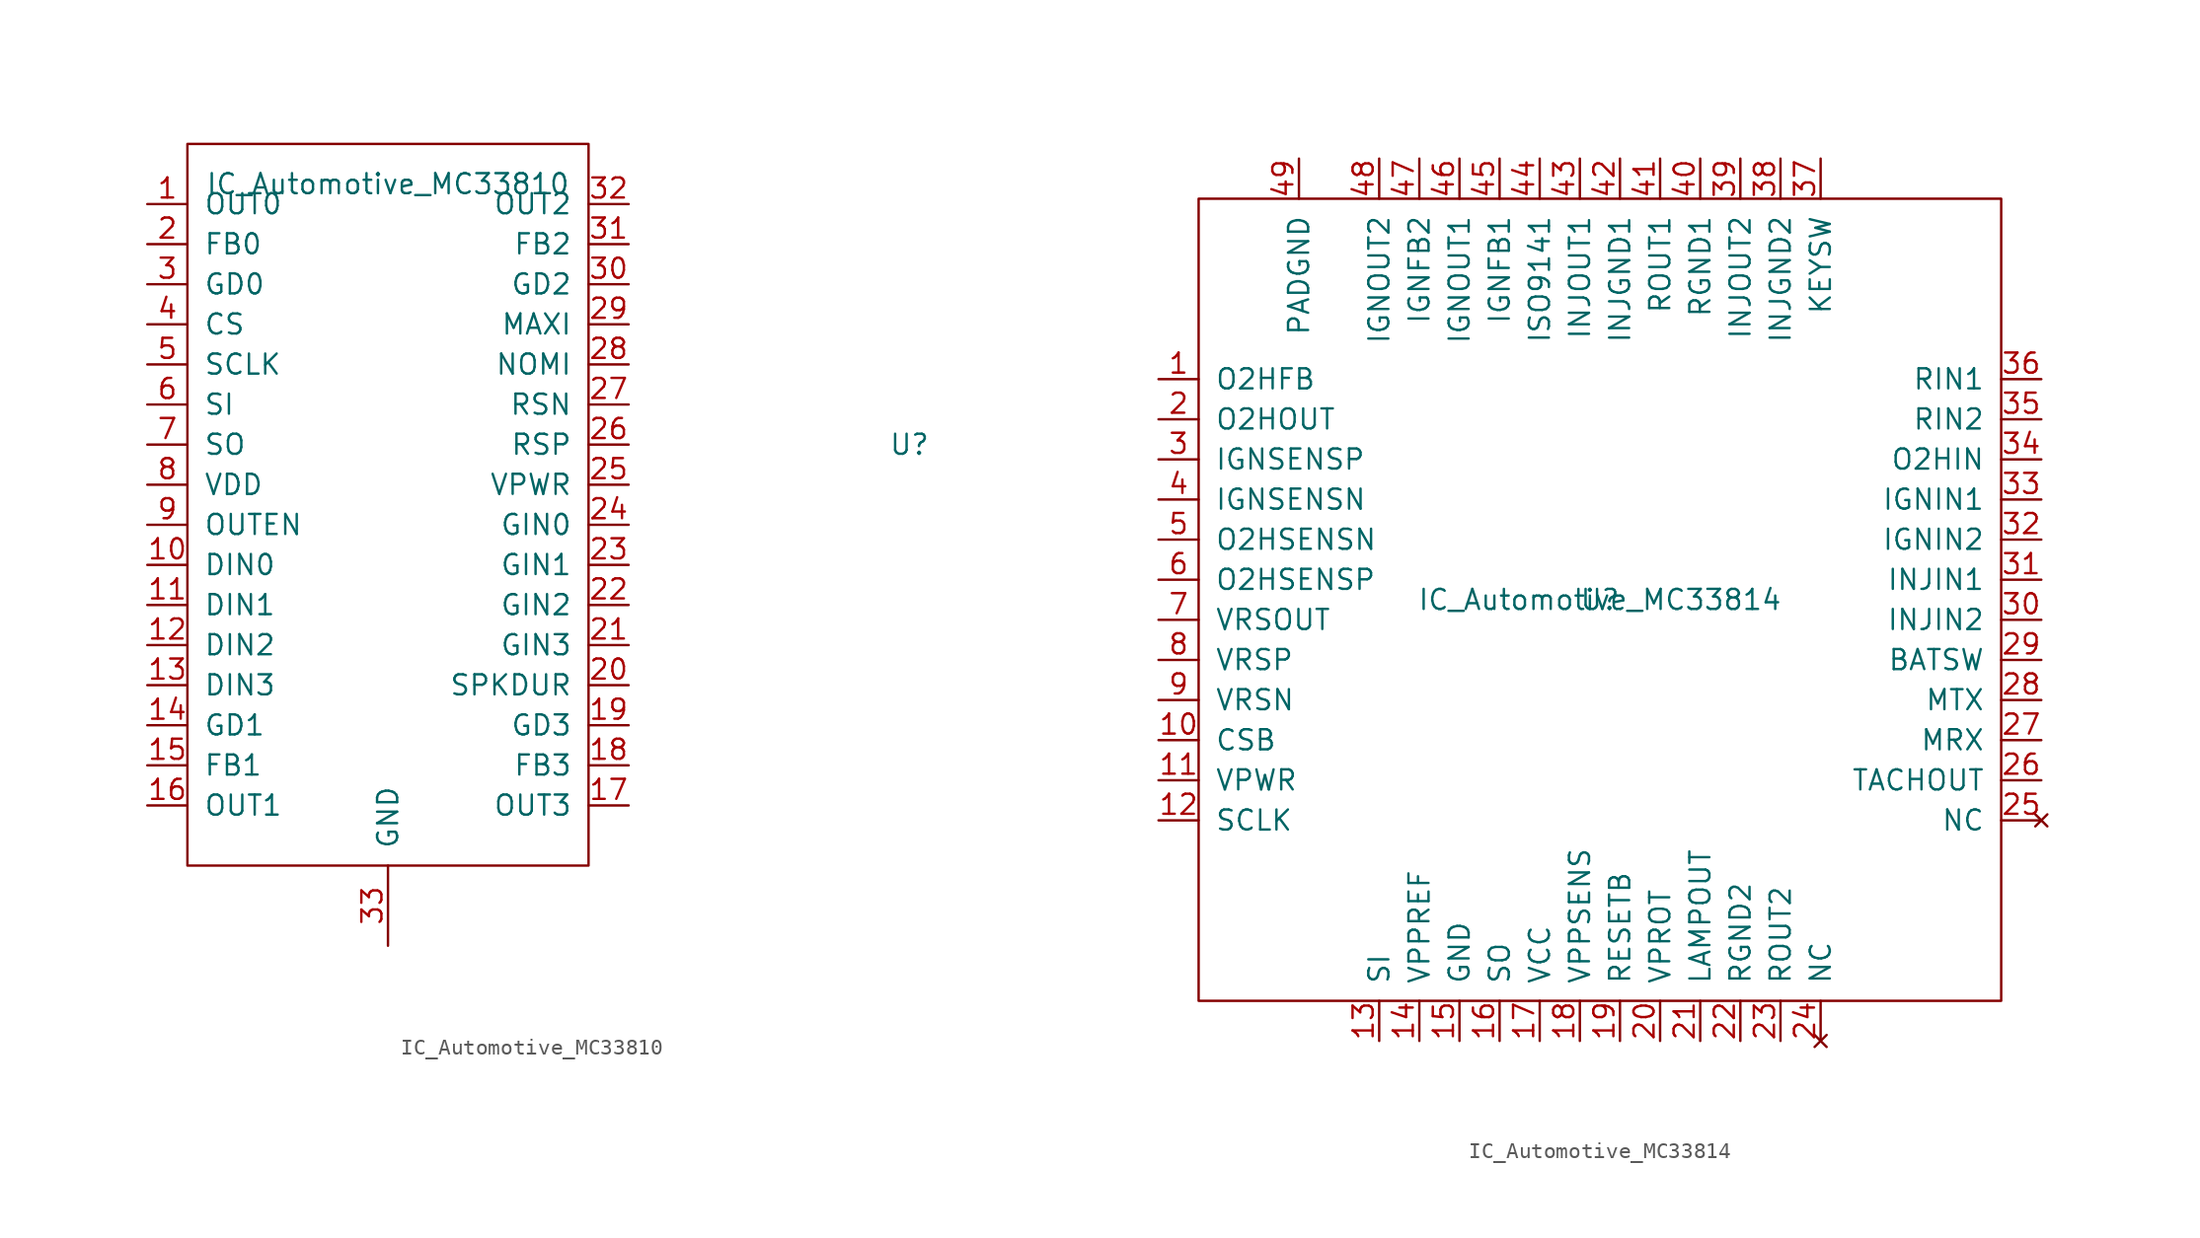
<source format=kicad_sym>
(kicad_symbol_lib
  (version 20241209)
  (generator "kicad_symbol_editor")
  (generator_version "9.0")
  (symbol "IC_Automotive_MC33810"
    (pin_names
      (offset 1.016))
    (property "Reference" "U"
      (at 20.32 17.78 0)
      (effects (font (size 1.27 1.27))))
    (property "Value" "IC_Automotive_MC33810"
      (at -12.7 34.29 0)
      (effects (font (size 1.27 1.27))))
    (symbol "IC_Automotive_MC33810_0_0"
      (pin power_in line (at -12.7 -13.97 90) (length 5.08) (name "GND" (effects (font (size 1.27 1.27)))) (number "33" (effects (font (size 1.27 1.27))))))
    (symbol "IC_Automotive_MC33810_0_1"
      (rectangle (start -25.4 36.83) (end 0 -8.89) (stroke (width 0) (type solid)) (fill (type none))))
    (symbol "IC_Automotive_MC33810_1_1"
      (pin output line (at -27.94 33.02 0) (length 2.54) (name "OUT0" (effects (font (size 1.27 1.27)))) (number "1" (effects (font (size 1.27 1.27)))))
      (pin input line (at -27.94 30.48 0) (length 2.54) (name "FB0" (effects (font (size 1.27 1.27)))) (number "2" (effects (font (size 1.27 1.27)))))
      (pin output line (at -27.94 27.94 0) (length 2.54) (name "GD0" (effects (font (size 1.27 1.27)))) (number "3" (effects (font (size 1.27 1.27)))))
      (pin input line (at -27.94 25.4 0) (length 2.54) (name "CS" (effects (font (size 1.27 1.27)))) (number "4" (effects (font (size 1.27 1.27)))))
      (pin input line (at -27.94 22.86 0) (length 2.54) (name "SCLK" (effects (font (size 1.27 1.27)))) (number "5" (effects (font (size 1.27 1.27)))))
      (pin input line (at -27.94 20.32 0) (length 2.54) (name "SI" (effects (font (size 1.27 1.27)))) (number "6" (effects (font (size 1.27 1.27)))))
      (pin output line (at -27.94 17.78 0) (length 2.54) (name "SO" (effects (font (size 1.27 1.27)))) (number "7" (effects (font (size 1.27 1.27)))))
      (pin input line (at -27.94 15.24 0) (length 2.54) (name "VDD" (effects (font (size 1.27 1.27)))) (number "8" (effects (font (size 1.27 1.27)))))
      (pin input line (at -27.94 12.7 0) (length 2.54) (name "OUTEN" (effects (font (size 1.27 1.27)))) (number "9" (effects (font (size 1.27 1.27)))))
      (pin input line (at -27.94 10.16 0) (length 2.54) (name "DIN0" (effects (font (size 1.27 1.27)))) (number "10" (effects (font (size 1.27 1.27)))))
      (pin input line (at -27.94 7.62 0) (length 2.54) (name "DIN1" (effects (font (size 1.27 1.27)))) (number "11" (effects (font (size 1.27 1.27)))))
      (pin input line (at -27.94 5.08 0) (length 2.54) (name "DIN2" (effects (font (size 1.27 1.27)))) (number "12" (effects (font (size 1.27 1.27)))))
      (pin input line (at -27.94 2.54 0) (length 2.54) (name "DIN3" (effects (font (size 1.27 1.27)))) (number "13" (effects (font (size 1.27 1.27)))))
      (pin output line (at -27.94 0 0) (length 2.54) (name "GD1" (effects (font (size 1.27 1.27)))) (number "14" (effects (font (size 1.27 1.27)))))
      (pin input line (at -27.94 -2.54 0) (length 2.54) (name "FB1" (effects (font (size 1.27 1.27)))) (number "15" (effects (font (size 1.27 1.27)))))
      (pin output line (at -27.94 -5.08 0) (length 2.54) (name "OUT1" (effects (font (size 1.27 1.27)))) (number "16" (effects (font (size 1.27 1.27)))))
      (pin output line (at 2.54 33.02 180) (length 2.54) (name "OUT2" (effects (font (size 1.27 1.27)))) (number "32" (effects (font (size 1.27 1.27)))))
      (pin input line (at 2.54 30.48 180) (length 2.54) (name "FB2" (effects (font (size 1.27 1.27)))) (number "31" (effects (font (size 1.27 1.27)))))
      (pin output line (at 2.54 27.94 180) (length 2.54) (name "GD2" (effects (font (size 1.27 1.27)))) (number "30" (effects (font (size 1.27 1.27)))))
      (pin output line (at 2.54 25.4 180) (length 2.54) (name "MAXI" (effects (font (size 1.27 1.27)))) (number "29" (effects (font (size 1.27 1.27)))))
      (pin output line (at 2.54 22.86 180) (length 2.54) (name "NOMI" (effects (font (size 1.27 1.27)))) (number "28" (effects (font (size 1.27 1.27)))))
      (pin input line (at 2.54 20.32 180) (length 2.54) (name "RSN" (effects (font (size 1.27 1.27)))) (number "27" (effects (font (size 1.27 1.27)))))
      (pin input line (at 2.54 17.78 180) (length 2.54) (name "RSP" (effects (font (size 1.27 1.27)))) (number "26" (effects (font (size 1.27 1.27)))))
      (pin power_in line (at 2.54 15.24 180) (length 2.54) (name "VPWR" (effects (font (size 1.27 1.27)))) (number "25" (effects (font (size 1.27 1.27)))))
      (pin input line (at 2.54 12.7 180) (length 2.54) (name "GIN0" (effects (font (size 1.27 1.27)))) (number "24" (effects (font (size 1.27 1.27)))))
      (pin input line (at 2.54 10.16 180) (length 2.54) (name "GIN1" (effects (font (size 1.27 1.27)))) (number "23" (effects (font (size 1.27 1.27)))))
      (pin input line (at 2.54 7.62 180) (length 2.54) (name "GIN2" (effects (font (size 1.27 1.27)))) (number "22" (effects (font (size 1.27 1.27)))))
      (pin input line (at 2.54 5.08 180) (length 2.54) (name "GIN3" (effects (font (size 1.27 1.27)))) (number "21" (effects (font (size 1.27 1.27)))))
      (pin output line (at 2.54 2.54 180) (length 2.54) (name "SPKDUR" (effects (font (size 1.27 1.27)))) (number "20" (effects (font (size 1.27 1.27)))))
      (pin output line (at 2.54 0 180) (length 2.54) (name "GD3" (effects (font (size 1.27 1.27)))) (number "19" (effects (font (size 1.27 1.27)))))
      (pin input line (at 2.54 -2.54 180) (length 2.54) (name "FB3" (effects (font (size 1.27 1.27)))) (number "18" (effects (font (size 1.27 1.27)))))
      (pin output line (at 2.54 -5.08 180) (length 2.54) (name "OUT3" (effects (font (size 1.27 1.27)))) (number "17" (effects (font (size 1.27 1.27)))))))
  (symbol "IC_Automotive_MC33814"
    (pin_names
      (offset 1.016))
    (property "Reference" "U"
      (at 0 0 0)
      (effects (font (size 1.27 1.27))))
    (property "Value" "IC_Automotive_MC33814"
      (at 0 0 0)
      (effects (font (size 1.27 1.27))))
    (symbol "IC_Automotive_MC33814_0_1"
      (rectangle (start -25.4 25.4) (end 25.4 -25.4) (stroke (width 0) (type solid)) (fill (type none))))
    (symbol "IC_Automotive_MC33814_1_1"
      (pin input line (at -27.94 13.97 0) (length 2.54) (name "O2HFB" (effects (font (size 1.27 1.27)))) (number "1" (effects (font (size 1.27 1.27)))))
      (pin output line (at -27.94 11.43 0) (length 2.54) (name "O2HOUT" (effects (font (size 1.27 1.27)))) (number "2" (effects (font (size 1.27 1.27)))))
      (pin input line (at -27.94 8.89 0) (length 2.54) (name "IGNSENSP" (effects (font (size 1.27 1.27)))) (number "3" (effects (font (size 1.27 1.27)))))
      (pin input line (at -27.94 6.35 0) (length 2.54) (name "IGNSENSN" (effects (font (size 1.27 1.27)))) (number "4" (effects (font (size 1.27 1.27)))))
      (pin input line (at -27.94 3.81 0) (length 2.54) (name "O2HSENSN" (effects (font (size 1.27 1.27)))) (number "5" (effects (font (size 1.27 1.27)))))
      (pin input line (at -27.94 1.27 0) (length 2.54) (name "O2HSENSP" (effects (font (size 1.27 1.27)))) (number "6" (effects (font (size 1.27 1.27)))))
      (pin output line (at -27.94 -1.27 0) (length 2.54) (name "VRSOUT" (effects (font (size 1.27 1.27)))) (number "7" (effects (font (size 1.27 1.27)))))
      (pin input line (at -27.94 -3.81 0) (length 2.54) (name "VRSP" (effects (font (size 1.27 1.27)))) (number "8" (effects (font (size 1.27 1.27)))))
      (pin input line (at -27.94 -6.35 0) (length 2.54) (name "VRSN" (effects (font (size 1.27 1.27)))) (number "9" (effects (font (size 1.27 1.27)))))
      (pin input line (at -27.94 -8.89 0) (length 2.54) (name "CSB" (effects (font (size 1.27 1.27)))) (number "10" (effects (font (size 1.27 1.27)))))
      (pin power_in line (at -27.94 -11.43 0) (length 2.54) (name "VPWR" (effects (font (size 1.27 1.27)))) (number "11" (effects (font (size 1.27 1.27)))))
      (pin input line (at -27.94 -13.97 0) (length 2.54) (name "SCLK" (effects (font (size 1.27 1.27)))) (number "12" (effects (font (size 1.27 1.27)))))
      (pin power_in line (at -19.05 27.94 270) (length 2.54) (name "PADGND" (effects (font (size 1.27 1.27)))) (number "49" (effects (font (size 1.27 1.27)))))
      (pin output line (at -13.97 27.94 270) (length 2.54) (name "IGNOUT2" (effects (font (size 1.27 1.27)))) (number "48" (effects (font (size 1.27 1.27)))))
      (pin input line (at -13.97 -27.94 90) (length 2.54) (name "SI" (effects (font (size 1.27 1.27)))) (number "13" (effects (font (size 1.27 1.27)))))
      (pin input line (at -11.43 27.94 270) (length 2.54) (name "IGNFB2" (effects (font (size 1.27 1.27)))) (number "47" (effects (font (size 1.27 1.27)))))
      (pin output line (at -11.43 -27.94 90) (length 2.54) (name "VPPREF" (effects (font (size 1.27 1.27)))) (number "14" (effects (font (size 1.27 1.27)))))
      (pin output line (at -8.89 27.94 270) (length 2.54) (name "IGNOUT1" (effects (font (size 1.27 1.27)))) (number "46" (effects (font (size 1.27 1.27)))))
      (pin power_in line (at -8.89 -27.94 90) (length 2.54) (name "GND" (effects (font (size 1.27 1.27)))) (number "15" (effects (font (size 1.27 1.27)))))
      (pin input line (at -6.35 27.94 270) (length 2.54) (name "IGNFB1" (effects (font (size 1.27 1.27)))) (number "45" (effects (font (size 1.27 1.27)))))
      (pin output line (at -6.35 -27.94 90) (length 2.54) (name "SO" (effects (font (size 1.27 1.27)))) (number "16" (effects (font (size 1.27 1.27)))))
      (pin bidirectional line (at -3.81 27.94 270) (length 2.54) (name "ISO9141" (effects (font (size 1.27 1.27)))) (number "44" (effects (font (size 1.27 1.27)))))
      (pin power_out line (at -3.81 -27.94 90) (length 2.54) (name "VCC" (effects (font (size 1.27 1.27)))) (number "17" (effects (font (size 1.27 1.27)))))
      (pin output line (at -1.27 27.94 270) (length 2.54) (name "INJOUT1" (effects (font (size 1.27 1.27)))) (number "43" (effects (font (size 1.27 1.27)))))
      (pin input line (at -1.27 -27.94 90) (length 2.54) (name "VPPSENS" (effects (font (size 1.27 1.27)))) (number "18" (effects (font (size 1.27 1.27)))))
      (pin power_out line (at 1.27 27.94 270) (length 2.54) (name "INJGND1" (effects (font (size 1.27 1.27)))) (number "42" (effects (font (size 1.27 1.27)))))
      (pin output line (at 1.27 -27.94 90) (length 2.54) (name "RESETB" (effects (font (size 1.27 1.27)))) (number "19" (effects (font (size 1.27 1.27)))))
      (pin output line (at 3.81 27.94 270) (length 2.54) (name "ROUT1" (effects (font (size 1.27 1.27)))) (number "41" (effects (font (size 1.27 1.27)))))
      (pin power_out line (at 3.81 -27.94 90) (length 2.54) (name "VPROT" (effects (font (size 1.27 1.27)))) (number "20" (effects (font (size 1.27 1.27)))))
      (pin power_out line (at 6.35 27.94 270) (length 2.54) (name "RGND1" (effects (font (size 1.27 1.27)))) (number "40" (effects (font (size 1.27 1.27)))))
      (pin output line (at 6.35 -27.94 90) (length 2.54) (name "LAMPOUT" (effects (font (size 1.27 1.27)))) (number "21" (effects (font (size 1.27 1.27)))))
      (pin output line (at 8.89 27.94 270) (length 2.54) (name "INJOUT2" (effects (font (size 1.27 1.27)))) (number "39" (effects (font (size 1.27 1.27)))))
      (pin power_out line (at 8.89 -27.94 90) (length 2.54) (name "RGND2" (effects (font (size 1.27 1.27)))) (number "22" (effects (font (size 1.27 1.27)))))
      (pin power_out line (at 11.43 27.94 270) (length 2.54) (name "INJGND2" (effects (font (size 1.27 1.27)))) (number "38" (effects (font (size 1.27 1.27)))))
      (pin output line (at 11.43 -27.94 90) (length 2.54) (name "ROUT2" (effects (font (size 1.27 1.27)))) (number "23" (effects (font (size 1.27 1.27)))))
      (pin input line (at 13.97 27.94 270) (length 2.54) (name "KEYSW" (effects (font (size 1.27 1.27)))) (number "37" (effects (font (size 1.27 1.27)))))
      (pin no_connect line (at 13.97 -27.94 90) (length 2.54) (name "NC" (effects (font (size 1.27 1.27)))) (number "24" (effects (font (size 1.27 1.27)))))
      (pin input line (at 27.94 13.97 180) (length 2.54) (name "RIN1" (effects (font (size 1.27 1.27)))) (number "36" (effects (font (size 1.27 1.27)))))
      (pin input line (at 27.94 11.43 180) (length 2.54) (name "RIN2" (effects (font (size 1.27 1.27)))) (number "35" (effects (font (size 1.27 1.27)))))
      (pin input line (at 27.94 8.89 180) (length 2.54) (name "O2HIN" (effects (font (size 1.27 1.27)))) (number "34" (effects (font (size 1.27 1.27)))))
      (pin input line (at 27.94 6.35 180) (length 2.54) (name "IGNIN1" (effects (font (size 1.27 1.27)))) (number "33" (effects (font (size 1.27 1.27)))))
      (pin input line (at 27.94 3.81 180) (length 2.54) (name "IGNIN2" (effects (font (size 1.27 1.27)))) (number "32" (effects (font (size 1.27 1.27)))))
      (pin input line (at 27.94 1.27 180) (length 2.54) (name "INJIN1" (effects (font (size 1.27 1.27)))) (number "31" (effects (font (size 1.27 1.27)))))
      (pin input line (at 27.94 -1.27 180) (length 2.54) (name "INJIN2" (effects (font (size 1.27 1.27)))) (number "30" (effects (font (size 1.27 1.27)))))
      (pin output line (at 27.94 -3.81 180) (length 2.54) (name "BATSW" (effects (font (size 1.27 1.27)))) (number "29" (effects (font (size 1.27 1.27)))))
      (pin input line (at 27.94 -6.35 180) (length 2.54) (name "MTX" (effects (font (size 1.27 1.27)))) (number "28" (effects (font (size 1.27 1.27)))))
      (pin output line (at 27.94 -8.89 180) (length 2.54) (name "MRX" (effects (font (size 1.27 1.27)))) (number "27" (effects (font (size 1.27 1.27)))))
      (pin output line (at 27.94 -11.43 180) (length 2.54) (name "TACHOUT" (effects (font (size 1.27 1.27)))) (number "26" (effects (font (size 1.27 1.27)))))
      (pin no_connect line (at 27.94 -13.97 180) (length 2.54) (name "NC" (effects (font (size 1.27 1.27)))) (number "25" (effects (font (size 1.27 1.27))))))))
</source>
